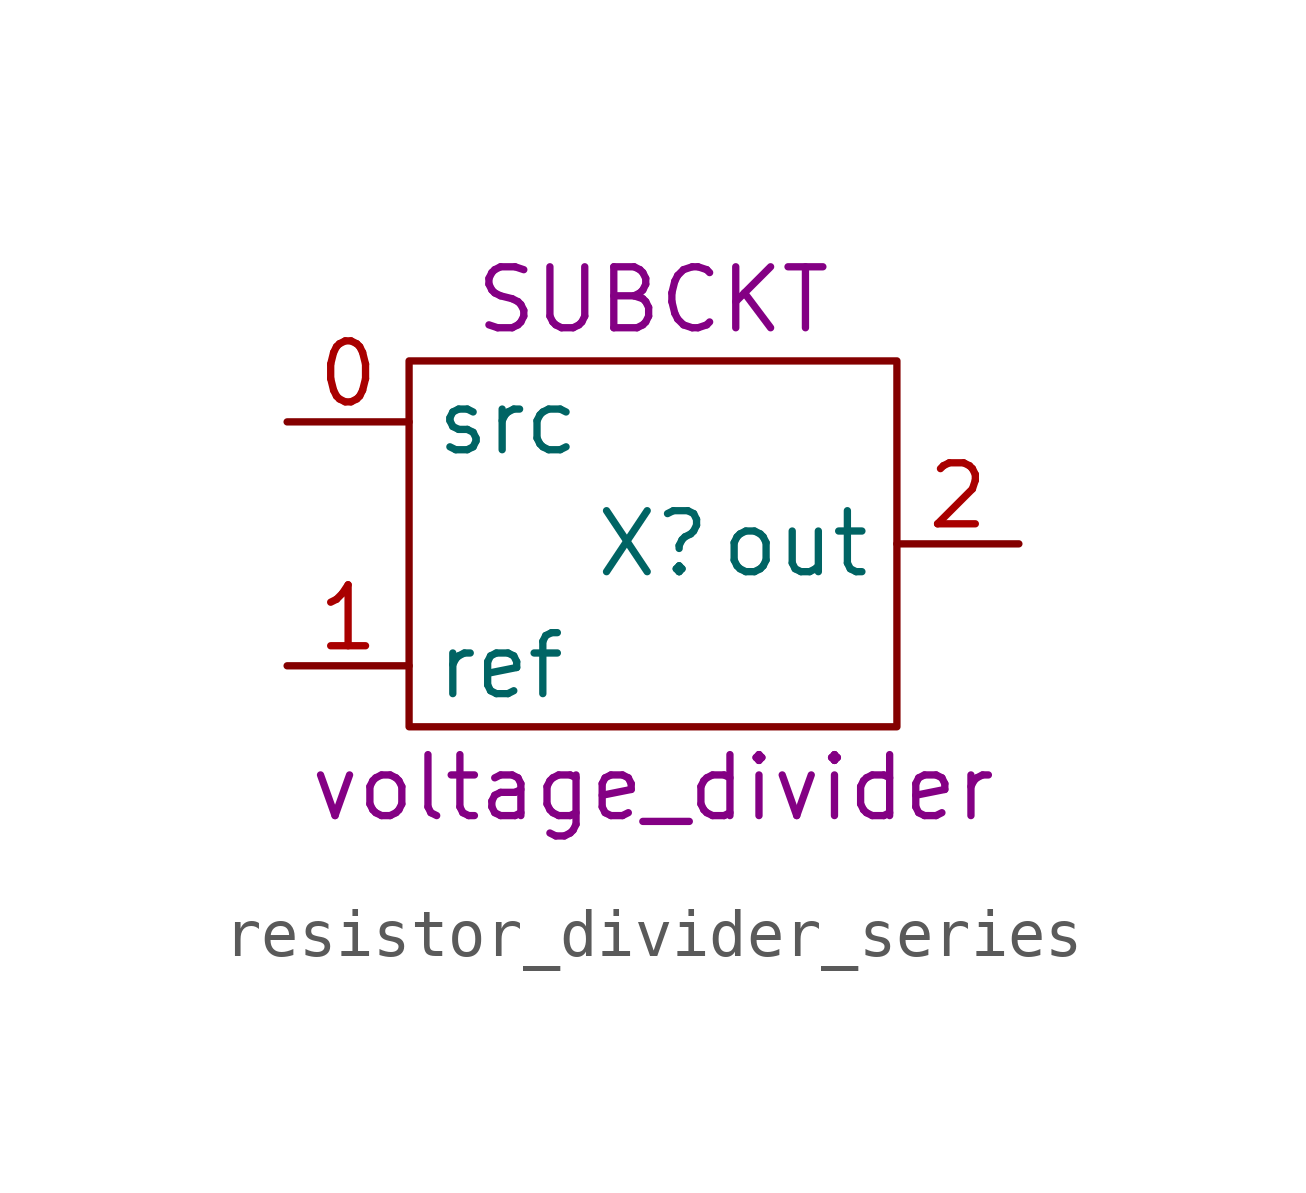
<source format=kicad_sym>
(kicad_symbol_lib
  (version 20220914)
  (generator kicad_symbol_editor)
  (symbol "resistor_divider_series"
    (property "Reference" "X"
      (at 0 0 0)
      (effects (font (size 1.27 1.27))))
    (property "Value" ""
      (at 0 0 0)
      (effects (font (size 1.27 1.27))))
    (property "Sim.Name" "voltage_divider"
      (at 0 -5.08 0)
      (effects (font (size 1.27 1.27))))
    (property "Sim.Device" "SUBCKT"
      (at 0 5.08 0)
      (effects (font (size 1.27 1.27))))
    (symbol "resistor_divider_series_0_1"
      (rectangle (start -5.08 3.81) (end 5.08 -3.81) (stroke (width 0) (type default)) (fill (type none))))
    (symbol "resistor_divider_series_1_1"
      (pin input line (at -7.62 2.54 0) (length 2.54) (name "src" (effects (font (size 1.27 1.27)))) (number "0" (effects (font (size 1.27 1.27)))))
      (pin input line (at -7.62 -2.54 0) (length 2.54) (name "ref" (effects (font (size 1.27 1.27)))) (number "1" (effects (font (size 1.27 1.27)))))
      (pin output line (at 7.62 0 180) (length 2.54) (name "out" (effects (font (size 1.27 1.27)))) (number "2" (effects (font (size 1.27 1.27))))))))
</source>
